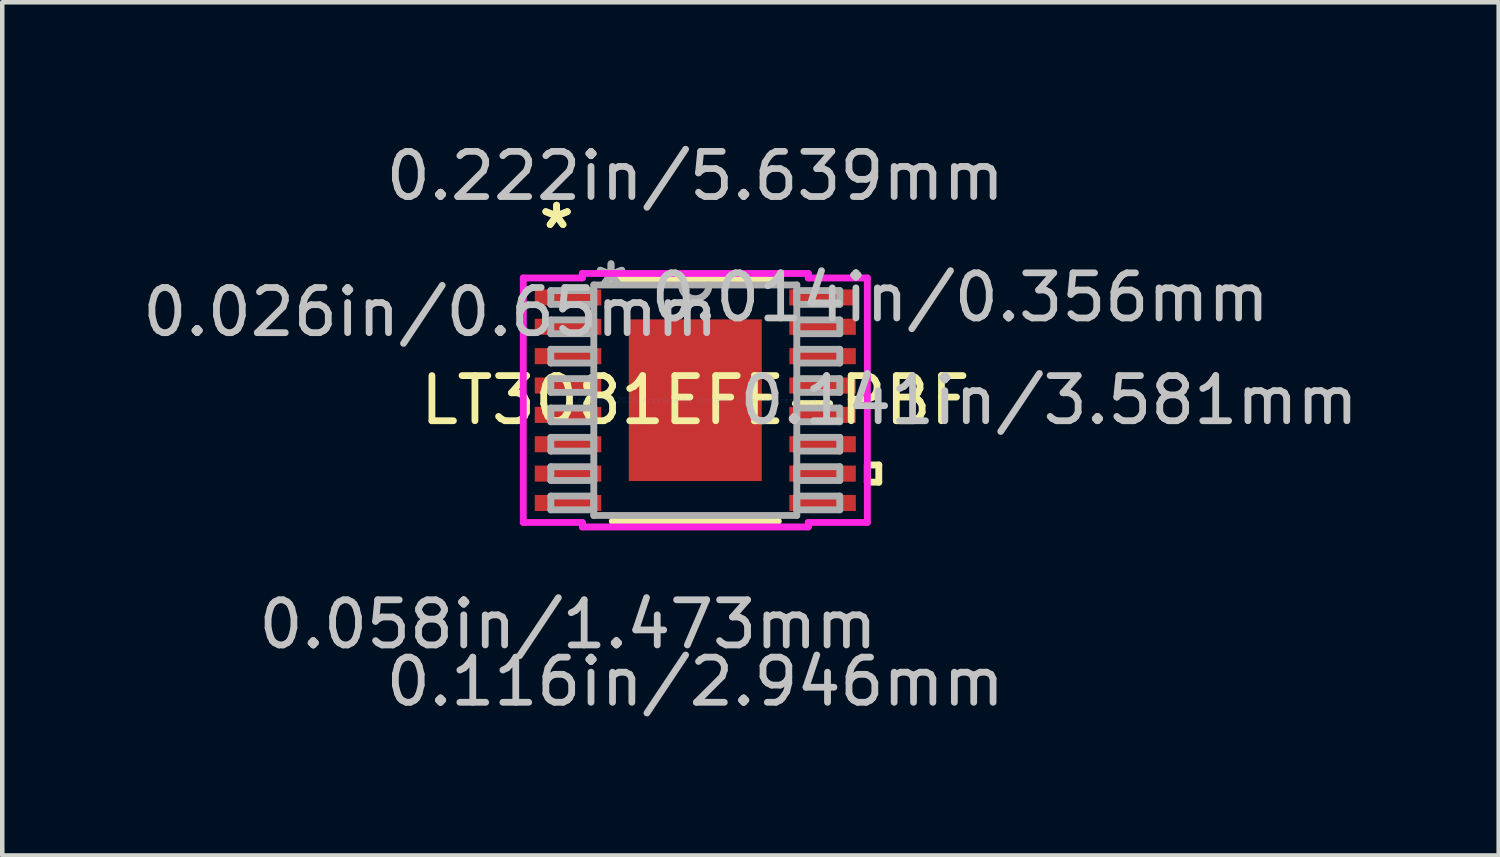
<source format=kicad_pcb>
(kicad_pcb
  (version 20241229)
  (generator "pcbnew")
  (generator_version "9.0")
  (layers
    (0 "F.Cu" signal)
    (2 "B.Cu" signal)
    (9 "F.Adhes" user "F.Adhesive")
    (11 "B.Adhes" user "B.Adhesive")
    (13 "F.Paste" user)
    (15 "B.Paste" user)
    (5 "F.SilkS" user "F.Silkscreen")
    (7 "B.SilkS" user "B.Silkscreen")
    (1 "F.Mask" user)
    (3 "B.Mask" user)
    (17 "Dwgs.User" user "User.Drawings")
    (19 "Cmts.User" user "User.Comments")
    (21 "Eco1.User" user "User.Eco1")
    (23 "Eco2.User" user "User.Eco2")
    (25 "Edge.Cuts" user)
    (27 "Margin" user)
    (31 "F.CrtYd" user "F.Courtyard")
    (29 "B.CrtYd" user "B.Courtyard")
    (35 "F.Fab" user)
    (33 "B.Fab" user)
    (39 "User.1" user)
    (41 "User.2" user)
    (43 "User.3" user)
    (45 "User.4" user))
  (footprint "LT3081EFE-PBF"
    (layer "F.Cu")
    (at 12.35 5.814)
    (property "Reference" "LT3081EFE-PBF" (at 0 0 0) (layer "F.SilkS") (effects (font (size 1 1) (thickness 0.15))))
    (attr through_hole)
    (fp_line (start -1.839 2.68) (end 1.839 2.68) (stroke (width 0.152) (type solid)) (layer "F.SilkS"))
    (fp_line (start 1.839 -2.68) (end -1.839 -2.68) (stroke (width 0.152) (type solid)) (layer "F.SilkS"))
    (fp_line (start 3.81 1.435) (end 4.064 1.435) (stroke (width 0.152) (type solid)) (layer "F.SilkS"))
    (fp_line (start 3.81 1.816) (end 3.81 1.435) (stroke (width 0.152) (type solid)) (layer "F.SilkS"))
    (fp_line (start 4.064 1.435) (end 4.064 1.816) (stroke (width 0.152) (type solid)) (layer "F.SilkS"))
    (fp_line (start 4.064 1.816) (end 3.81 1.816) (stroke (width 0.152) (type solid)) (layer "F.SilkS"))
    (fp_line (start -1.373 -1.691) (end -1.373 -0.1) (stroke (width 0.152) (type solid)) (layer "F.Paste"))
    (fp_line (start -1.373 -0.1) (end -0.1 -0.1) (stroke (width 0.152) (type solid)) (layer "F.Paste"))
    (fp_line (start -1.373 0.1) (end -1.373 1.691) (stroke (width 0.152) (type solid)) (layer "F.Paste"))
    (fp_line (start -1.373 1.691) (end -0.1 1.691) (stroke (width 0.152) (type solid)) (layer "F.Paste"))
    (fp_line (start -0.1 -1.691) (end -1.373 -1.691) (stroke (width 0.152) (type solid)) (layer "F.Paste"))
    (fp_line (start -0.1 -0.1) (end -0.1 -1.691) (stroke (width 0.152) (type solid)) (layer "F.Paste"))
    (fp_line (start -0.1 0.1) (end -1.373 0.1) (stroke (width 0.152) (type solid)) (layer "F.Paste"))
    (fp_line (start -0.1 1.691) (end -0.1 0.1) (stroke (width 0.152) (type solid)) (layer "F.Paste"))
    (fp_line (start 0.1 -1.691) (end 0.1 -0.1) (stroke (width 0.152) (type solid)) (layer "F.Paste"))
    (fp_line (start 0.1 -0.1) (end 1.373 -0.1) (stroke (width 0.152) (type solid)) (layer "F.Paste"))
    (fp_line (start 0.1 0.1) (end 0.1 1.691) (stroke (width 0.152) (type solid)) (layer "F.Paste"))
    (fp_line (start 0.1 1.691) (end 1.373 1.691) (stroke (width 0.152) (type solid)) (layer "F.Paste"))
    (fp_line (start 1.373 -1.691) (end 0.1 -1.691) (stroke (width 0.152) (type solid)) (layer "F.Paste"))
    (fp_line (start 1.373 -0.1) (end 1.373 -1.691) (stroke (width 0.152) (type solid)) (layer "F.Paste"))
    (fp_line (start 1.373 0.1) (end 0.1 0.1) (stroke (width 0.152) (type solid)) (layer "F.Paste"))
    (fp_line (start 1.373 1.691) (end 1.373 0.1) (stroke (width 0.152) (type solid)) (layer "F.Paste"))
    (fp_line (start -3.81 -2.708) (end -2.502 -2.708) (stroke (width 0.152) (type solid)) (layer "F.CrtYd"))
    (fp_line (start -3.81 2.708) (end -3.81 -2.708) (stroke (width 0.152) (type solid)) (layer "F.CrtYd"))
    (fp_line (start -2.502 -2.807) (end 2.502 -2.807) (stroke (width 0.152) (type solid)) (layer "F.CrtYd"))
    (fp_line (start -2.502 -2.708) (end -2.502 -2.807) (stroke (width 0.152) (type solid)) (layer "F.CrtYd"))
    (fp_line (start -2.502 2.708) (end -3.81 2.708) (stroke (width 0.152) (type solid)) (layer "F.CrtYd"))
    (fp_line (start -2.502 2.807) (end -2.502 2.708) (stroke (width 0.152) (type solid)) (layer "F.CrtYd"))
    (fp_line (start 2.502 -2.807) (end 2.502 -2.708) (stroke (width 0.152) (type solid)) (layer "F.CrtYd"))
    (fp_line (start 2.502 -2.708) (end 3.81 -2.708) (stroke (width 0.152) (type solid)) (layer "F.CrtYd"))
    (fp_line (start 2.502 2.708) (end 2.502 2.807) (stroke (width 0.152) (type solid)) (layer "F.CrtYd"))
    (fp_line (start 2.502 2.807) (end -2.502 2.807) (stroke (width 0.152) (type solid)) (layer "F.CrtYd"))
    (fp_line (start 3.81 -2.708) (end 3.81 2.708) (stroke (width 0.152) (type solid)) (layer "F.CrtYd"))
    (fp_line (start 3.81 2.708) (end 2.502 2.708) (stroke (width 0.152) (type solid)) (layer "F.CrtYd"))
    (fp_line (start -3.2 -2.428) (end -3.2 -2.123) (stroke (width 0.152) (type solid)) (layer "F.Fab"))
    (fp_line (start -3.2 -2.123) (end -2.248 -2.123) (stroke (width 0.152) (type solid)) (layer "F.Fab"))
    (fp_line (start -3.2 -1.778) (end -3.2 -1.473) (stroke (width 0.152) (type solid)) (layer "F.Fab"))
    (fp_line (start -3.2 -1.473) (end -2.248 -1.473) (stroke (width 0.152) (type solid)) (layer "F.Fab"))
    (fp_line (start -3.2 -1.128) (end -3.2 -0.823) (stroke (width 0.152) (type solid)) (layer "F.Fab"))
    (fp_line (start -3.2 -0.823) (end -2.248 -0.823) (stroke (width 0.152) (type solid)) (layer "F.Fab"))
    (fp_line (start -3.2 -0.478) (end -3.2 -0.173) (stroke (width 0.152) (type solid)) (layer "F.Fab"))
    (fp_line (start -3.2 -0.173) (end -2.248 -0.173) (stroke (width 0.152) (type solid)) (layer "F.Fab"))
    (fp_line (start -3.2 0.173) (end -3.2 0.478) (stroke (width 0.152) (type solid)) (layer "F.Fab"))
    (fp_line (start -3.2 0.478) (end -2.248 0.478) (stroke (width 0.152) (type solid)) (layer "F.Fab"))
    (fp_line (start -3.2 0.823) (end -3.2 1.128) (stroke (width 0.152) (type solid)) (layer "F.Fab"))
    (fp_line (start -3.2 1.128) (end -2.248 1.128) (stroke (width 0.152) (type solid)) (layer "F.Fab"))
    (fp_line (start -3.2 1.473) (end -3.2 1.778) (stroke (width 0.152) (type solid)) (layer "F.Fab"))
    (fp_line (start -3.2 1.778) (end -2.248 1.778) (stroke (width 0.152) (type solid)) (layer "F.Fab"))
    (fp_line (start -3.2 2.123) (end -3.2 2.428) (stroke (width 0.152) (type solid)) (layer "F.Fab"))
    (fp_line (start -3.2 2.428) (end -2.248 2.428) (stroke (width 0.152) (type solid)) (layer "F.Fab"))
    (fp_line (start -2.248 -2.553) (end -2.248 2.553) (stroke (width 0.152) (type solid)) (layer "F.Fab"))
    (fp_line (start -2.248 -2.428) (end -3.2 -2.428) (stroke (width 0.152) (type solid)) (layer "F.Fab"))
    (fp_line (start -2.248 -2.123) (end -2.248 -2.428) (stroke (width 0.152) (type solid)) (layer "F.Fab"))
    (fp_line (start -2.248 -1.778) (end -3.2 -1.778) (stroke (width 0.152) (type solid)) (layer "F.Fab"))
    (fp_line (start -2.248 -1.473) (end -2.248 -1.778) (stroke (width 0.152) (type solid)) (layer "F.Fab"))
    (fp_line (start -2.248 -1.128) (end -3.2 -1.128) (stroke (width 0.152) (type solid)) (layer "F.Fab"))
    (fp_line (start -2.248 -0.823) (end -2.248 -1.128) (stroke (width 0.152) (type solid)) (layer "F.Fab"))
    (fp_line (start -2.248 -0.478) (end -3.2 -0.478) (stroke (width 0.152) (type solid)) (layer "F.Fab"))
    (fp_line (start -2.248 -0.173) (end -2.248 -0.478) (stroke (width 0.152) (type solid)) (layer "F.Fab"))
    (fp_line (start -2.248 0.173) (end -3.2 0.173) (stroke (width 0.152) (type solid)) (layer "F.Fab"))
    (fp_line (start -2.248 0.478) (end -2.248 0.173) (stroke (width 0.152) (type solid)) (layer "F.Fab"))
    (fp_line (start -2.248 0.823) (end -3.2 0.823) (stroke (width 0.152) (type solid)) (layer "F.Fab"))
    (fp_line (start -2.248 1.128) (end -2.248 0.823) (stroke (width 0.152) (type solid)) (layer "F.Fab"))
    (fp_line (start -2.248 1.473) (end -3.2 1.473) (stroke (width 0.152) (type solid)) (layer "F.Fab"))
    (fp_line (start -2.248 1.778) (end -2.248 1.473) (stroke (width 0.152) (type solid)) (layer "F.Fab"))
    (fp_line (start -2.248 2.123) (end -3.2 2.123) (stroke (width 0.152) (type solid)) (layer "F.Fab"))
    (fp_line (start -2.248 2.428) (end -2.248 2.123) (stroke (width 0.152) (type solid)) (layer "F.Fab"))
    (fp_line (start -2.248 2.553) (end 2.248 2.553) (stroke (width 0.152) (type solid)) (layer "F.Fab"))
    (fp_line (start 2.248 -2.553) (end -2.248 -2.553) (stroke (width 0.152) (type solid)) (layer "F.Fab"))
    (fp_line (start 2.248 -2.428) (end 2.248 -2.123) (stroke (width 0.152) (type solid)) (layer "F.Fab"))
    (fp_line (start 2.248 -2.123) (end 3.2 -2.123) (stroke (width 0.152) (type solid)) (layer "F.Fab"))
    (fp_line (start 2.248 -1.778) (end 2.248 -1.473) (stroke (width 0.152) (type solid)) (layer "F.Fab"))
    (fp_line (start 2.248 -1.473) (end 3.2 -1.473) (stroke (width 0.152) (type solid)) (layer "F.Fab"))
    (fp_line (start 2.248 -1.128) (end 2.248 -0.823) (stroke (width 0.152) (type solid)) (layer "F.Fab"))
    (fp_line (start 2.248 -0.823) (end 3.2 -0.823) (stroke (width 0.152) (type solid)) (layer "F.Fab"))
    (fp_line (start 2.248 -0.478) (end 2.248 -0.173) (stroke (width 0.152) (type solid)) (layer "F.Fab"))
    (fp_line (start 2.248 -0.173) (end 3.2 -0.173) (stroke (width 0.152) (type solid)) (layer "F.Fab"))
    (fp_line (start 2.248 0.173) (end 2.248 0.478) (stroke (width 0.152) (type solid)) (layer "F.Fab"))
    (fp_line (start 2.248 0.478) (end 3.2 0.478) (stroke (width 0.152) (type solid)) (layer "F.Fab"))
    (fp_line (start 2.248 0.823) (end 2.248 1.128) (stroke (width 0.152) (type solid)) (layer "F.Fab"))
    (fp_line (start 2.248 1.128) (end 3.2 1.128) (stroke (width 0.152) (type solid)) (layer "F.Fab"))
    (fp_line (start 2.248 1.473) (end 2.248 1.778) (stroke (width 0.152) (type solid)) (layer "F.Fab"))
    (fp_line (start 2.248 1.778) (end 3.2 1.778) (stroke (width 0.152) (type solid)) (layer "F.Fab"))
    (fp_line (start 2.248 2.123) (end 2.248 2.428) (stroke (width 0.152) (type solid)) (layer "F.Fab"))
    (fp_line (start 2.248 2.428) (end 3.2 2.428) (stroke (width 0.152) (type solid)) (layer "F.Fab"))
    (fp_line (start 2.248 2.553) (end 2.248 -2.553) (stroke (width 0.152) (type solid)) (layer "F.Fab"))
    (fp_line (start 3.2 -2.428) (end 2.248 -2.428) (stroke (width 0.152) (type solid)) (layer "F.Fab"))
    (fp_line (start 3.2 -2.123) (end 3.2 -2.428) (stroke (width 0.152) (type solid)) (layer "F.Fab"))
    (fp_line (start 3.2 -1.778) (end 2.248 -1.778) (stroke (width 0.152) (type solid)) (layer "F.Fab"))
    (fp_line (start 3.2 -1.473) (end 3.2 -1.778) (stroke (width 0.152) (type solid)) (layer "F.Fab"))
    (fp_line (start 3.2 -1.128) (end 2.248 -1.128) (stroke (width 0.152) (type solid)) (layer "F.Fab"))
    (fp_line (start 3.2 -0.823) (end 3.2 -1.128) (stroke (width 0.152) (type solid)) (layer "F.Fab"))
    (fp_line (start 3.2 -0.478) (end 2.248 -0.478) (stroke (width 0.152) (type solid)) (layer "F.Fab"))
    (fp_line (start 3.2 -0.173) (end 3.2 -0.478) (stroke (width 0.152) (type solid)) (layer "F.Fab"))
    (fp_line (start 3.2 0.173) (end 2.248 0.173) (stroke (width 0.152) (type solid)) (layer "F.Fab"))
    (fp_line (start 3.2 0.478) (end 3.2 0.173) (stroke (width 0.152) (type solid)) (layer "F.Fab"))
    (fp_line (start 3.2 0.823) (end 2.248 0.823) (stroke (width 0.152) (type solid)) (layer "F.Fab"))
    (fp_line (start 3.2 1.128) (end 3.2 0.823) (stroke (width 0.152) (type solid)) (layer "F.Fab"))
    (fp_line (start 3.2 1.473) (end 2.248 1.473) (stroke (width 0.152) (type solid)) (layer "F.Fab"))
    (fp_line (start 3.2 1.778) (end 3.2 1.473) (stroke (width 0.152) (type solid)) (layer "F.Fab"))
    (fp_line (start 3.2 2.123) (end 2.248 2.123) (stroke (width 0.152) (type solid)) (layer "F.Fab"))
    (fp_line (start 3.2 2.428) (end 3.2 2.123) (stroke (width 0.152) (type solid)) (layer "F.Fab"))
    (fp_arc (start 0.3048 -2.5527) (mid 0 -2.2479) (end -0.3048 -2.5527) (stroke (width 0.1524) (type solid)) (layer "F.Fab"))
    (fp_text user "*" (at -3.073 -3.774 0) (layer "F.SilkS") (effects (font (size 1 1) (thickness 0.15))))
    (fp_text user "*" (at -3.073 -3.774 0) (layer "F.SilkS") (effects (font (size 1 1) (thickness 0.15))))
    (fp_text user "0.058in/1.473mm" (at -2.819 4.966 0) (layer "Dwgs.User") (effects (font (size 1 1) (thickness 0.15))))
    (fp_text user "0.222in/5.639mm" (at 0 -4.966 0) (layer "Dwgs.User") (effects (font (size 1 1) (thickness 0.15))))
    (fp_text user "0.026in/0.65mm" (at -5.867 -1.951 0) (layer "Dwgs.User") (effects (font (size 1 1) (thickness 0.15))))
    (fp_text user "0.014in/0.356mm" (at 5.867 -2.276 0) (layer "Dwgs.User") (effects (font (size 1 1) (thickness 0.15))))
    (fp_text user "0.116in/2.946mm" (at 0 6.236 0) (layer "Dwgs.User") (effects (font (size 1 1) (thickness 0.15))))
    (fp_text user "0.141in/3.581mm" (at 7.836 0 0) (layer "Dwgs.User") (effects (font (size 1 1) (thickness 0.15))))
    (fp_text user "Copyright 2016 Accelerated Designs. All rights reserved." (at 0 0 0) (layer "Cmts.User") (effects (font (size 0.127 0.127) (thickness 0.002))))
    (fp_text user "*" (at -1.867 -2.477 0) (layer "F.Fab") (effects (font (size 1 1) (thickness 0.15))))
    (fp_text user "*" (at -1.867 -2.477 0) (layer "F.Fab") (effects (font (size 1 1) (thickness 0.15))))
    (pad "1" smd rect (at -2.819 -2.276) (size 1.473 0.356) (layers "F.Cu" "F.Mask" "F.Paste"))
    (pad "2" smd rect (at -2.819 -1.626) (size 1.473 0.356) (layers "F.Cu" "F.Mask" "F.Paste"))
    (pad "3" smd rect (at -2.819 -0.975) (size 1.473 0.356) (layers "F.Cu" "F.Mask" "F.Paste"))
    (pad "4" smd rect (at -2.819 -0.325) (size 1.473 0.356) (layers "F.Cu" "F.Mask" "F.Paste"))
    (pad "5" smd rect (at -2.819 0.325) (size 1.473 0.356) (layers "F.Cu" "F.Mask" "F.Paste"))
    (pad "6" smd rect (at -2.819 0.975) (size 1.473 0.356) (layers "F.Cu" "F.Mask" "F.Paste"))
    (pad "7" smd rect (at -2.819 1.626) (size 1.473 0.356) (layers "F.Cu" "F.Mask" "F.Paste"))
    (pad "8" smd rect (at -2.819 2.276) (size 1.473 0.356) (layers "F.Cu" "F.Mask" "F.Paste"))
    (pad "9" smd rect (at 2.819 2.276) (size 1.473 0.356) (layers "F.Cu" "F.Mask" "F.Paste"))
    (pad "10" smd rect (at 2.819 1.626) (size 1.473 0.356) (layers "F.Cu" "F.Mask" "F.Paste"))
    (pad "11" smd rect (at 2.819 0.975) (size 1.473 0.356) (layers "F.Cu" "F.Mask" "F.Paste"))
    (pad "12" smd rect (at 2.819 0.325) (size 1.473 0.356) (layers "F.Cu" "F.Mask" "F.Paste"))
    (pad "13" smd rect (at 2.819 -0.325) (size 1.473 0.356) (layers "F.Cu" "F.Mask" "F.Paste"))
    (pad "14" smd rect (at 2.819 -0.975) (size 1.473 0.356) (layers "F.Cu" "F.Mask" "F.Paste"))
    (pad "15" smd rect (at 2.819 -1.626) (size 1.473 0.356) (layers "F.Cu" "F.Mask" "F.Paste"))
    (pad "16" smd rect (at 2.819 -2.276) (size 1.473 0.356) (layers "F.Cu" "F.Mask" "F.Paste"))
    (pad "EPAD" smd rect (at 0 0) (size 2.946 3.581) (layers "F.Cu" "F.Mask" "F.Paste")))
  (gr_rect
    (start -3 -3)
    (end 30.144 15.898)
    (stroke (width 0.1) (type default))
    (fill no)
    (layer "Edge.Cuts")))
</source>
